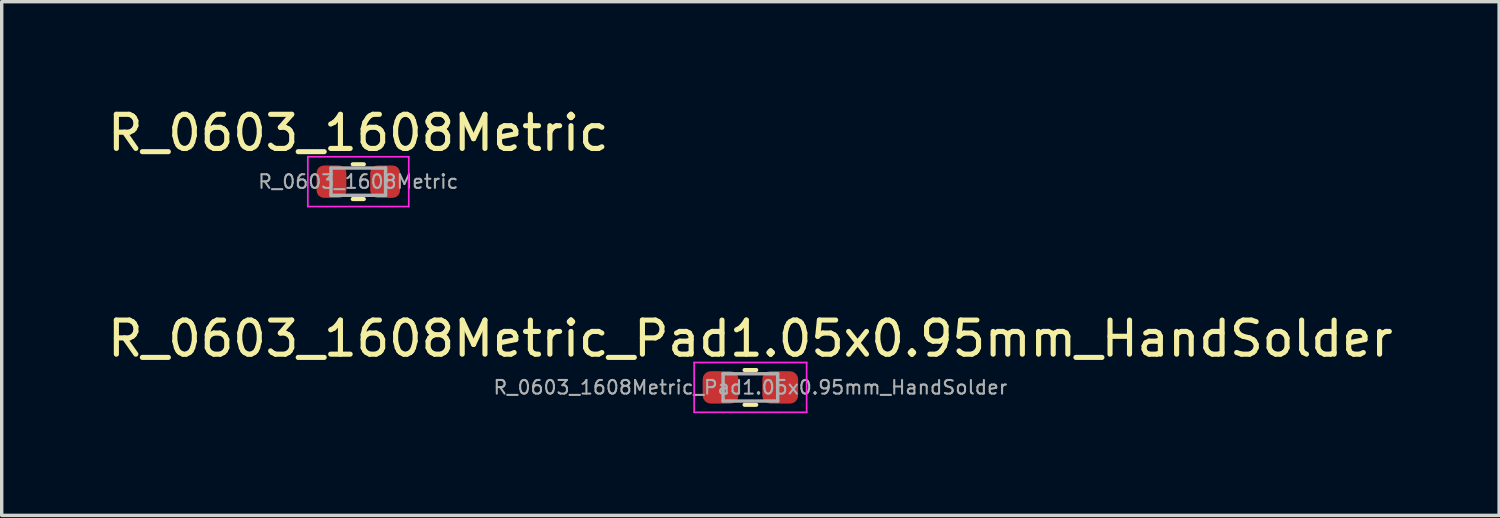
<source format=kicad_pcb>
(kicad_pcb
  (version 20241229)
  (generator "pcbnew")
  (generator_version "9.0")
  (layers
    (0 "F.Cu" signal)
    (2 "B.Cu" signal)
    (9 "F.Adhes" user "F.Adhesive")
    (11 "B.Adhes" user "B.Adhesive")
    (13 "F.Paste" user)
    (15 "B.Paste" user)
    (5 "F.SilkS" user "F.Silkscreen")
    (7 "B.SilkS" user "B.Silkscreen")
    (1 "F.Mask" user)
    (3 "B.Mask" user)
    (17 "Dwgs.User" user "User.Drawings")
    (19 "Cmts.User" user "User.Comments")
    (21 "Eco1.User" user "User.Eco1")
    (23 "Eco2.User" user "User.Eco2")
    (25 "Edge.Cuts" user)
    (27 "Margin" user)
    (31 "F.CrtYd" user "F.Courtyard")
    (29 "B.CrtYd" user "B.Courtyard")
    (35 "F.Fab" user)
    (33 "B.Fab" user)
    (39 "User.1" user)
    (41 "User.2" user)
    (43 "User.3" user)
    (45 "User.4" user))
  (footprint "R_0603_1608Metric"
    (layer "F.Cu")
    (at 7.458 2.278)
    (property "Reference" "R_0603_1608Metric" (at 0 -1.43 0) (layer "F.SilkS") (effects (font (size 1 1) (thickness 0.15))))
    (attr smd)
    (fp_line (start -0.163 -0.51) (end 0.163 -0.51) (stroke (width 0.12) (type solid)) (layer "F.SilkS"))
    (fp_line (start -0.163 0.51) (end 0.163 0.51) (stroke (width 0.12) (type solid)) (layer "F.SilkS"))
    (fp_line (start -1.48 -0.73) (end 1.48 -0.73) (stroke (width 0.05) (type solid)) (layer "F.CrtYd"))
    (fp_line (start -1.48 0.73) (end -1.48 -0.73) (stroke (width 0.05) (type solid)) (layer "F.CrtYd"))
    (fp_line (start 1.48 -0.73) (end 1.48 0.73) (stroke (width 0.05) (type solid)) (layer "F.CrtYd"))
    (fp_line (start 1.48 0.73) (end -1.48 0.73) (stroke (width 0.05) (type solid)) (layer "F.CrtYd"))
    (fp_line (start -0.8 -0.4) (end 0.8 -0.4) (stroke (width 0.1) (type solid)) (layer "F.Fab"))
    (fp_line (start -0.8 0.4) (end -0.8 -0.4) (stroke (width 0.1) (type solid)) (layer "F.Fab"))
    (fp_line (start 0.8 -0.4) (end 0.8 0.4) (stroke (width 0.1) (type solid)) (layer "F.Fab"))
    (fp_line (start 0.8 0.4) (end -0.8 0.4) (stroke (width 0.1) (type solid)) (layer "F.Fab"))
    (fp_text user "${REFERENCE}" (at 0 0 0) (layer "F.Fab") (effects (font (size 0.4 0.4) (thickness 0.06))))
    (pad "1" smd roundrect (at -0.787 0) (size 0.875 0.95) (layers "F.Cu" "F.Mask" "F.Paste") (roundrect_rratio 0.25))
    (pad "2" smd roundrect (at 0.787 0) (size 0.875 0.95) (layers "F.Cu" "F.Mask" "F.Paste") (roundrect_rratio 0.25)))
  (footprint "R_0603_1608Metric_Pad1.05x0.95mm_HandSolder"
    (layer "F.Cu")
    (at 18.958 8.312)
    (property "Reference" "R_0603_1608Metric_Pad1.05x0.95mm_HandSolder" (at 0 -1.43 0) (layer "F.SilkS") (effects (font (size 1 1) (thickness 0.15))))
    (attr smd)
    (fp_line (start -0.171 -0.51) (end 0.171 -0.51) (stroke (width 0.12) (type solid)) (layer "F.SilkS"))
    (fp_line (start -0.171 0.51) (end 0.171 0.51) (stroke (width 0.12) (type solid)) (layer "F.SilkS"))
    (fp_line (start -1.65 -0.73) (end 1.65 -0.73) (stroke (width 0.05) (type solid)) (layer "F.CrtYd"))
    (fp_line (start -1.65 0.73) (end -1.65 -0.73) (stroke (width 0.05) (type solid)) (layer "F.CrtYd"))
    (fp_line (start 1.65 -0.73) (end 1.65 0.73) (stroke (width 0.05) (type solid)) (layer "F.CrtYd"))
    (fp_line (start 1.65 0.73) (end -1.65 0.73) (stroke (width 0.05) (type solid)) (layer "F.CrtYd"))
    (fp_line (start -0.8 -0.4) (end 0.8 -0.4) (stroke (width 0.1) (type solid)) (layer "F.Fab"))
    (fp_line (start -0.8 0.4) (end -0.8 -0.4) (stroke (width 0.1) (type solid)) (layer "F.Fab"))
    (fp_line (start 0.8 -0.4) (end 0.8 0.4) (stroke (width 0.1) (type solid)) (layer "F.Fab"))
    (fp_line (start 0.8 0.4) (end -0.8 0.4) (stroke (width 0.1) (type solid)) (layer "F.Fab"))
    (fp_text user "${REFERENCE}" (at 0 0 0) (layer "F.Fab") (effects (font (size 0.4 0.4) (thickness 0.06))))
    (pad "1" smd roundrect (at -0.875 0) (size 1.05 0.95) (layers "F.Cu" "F.Mask" "F.Paste") (roundrect_rratio 0.25))
    (pad "2" smd roundrect (at 0.875 0) (size 1.05 0.95) (layers "F.Cu" "F.Mask" "F.Paste") (roundrect_rratio 0.25)))
  (gr_rect
    (start -3 -3)
    (end 40.917 12.066)
    (stroke (width 0.1) (type default))
    (fill no)
    (layer "Edge.Cuts")))
</source>
